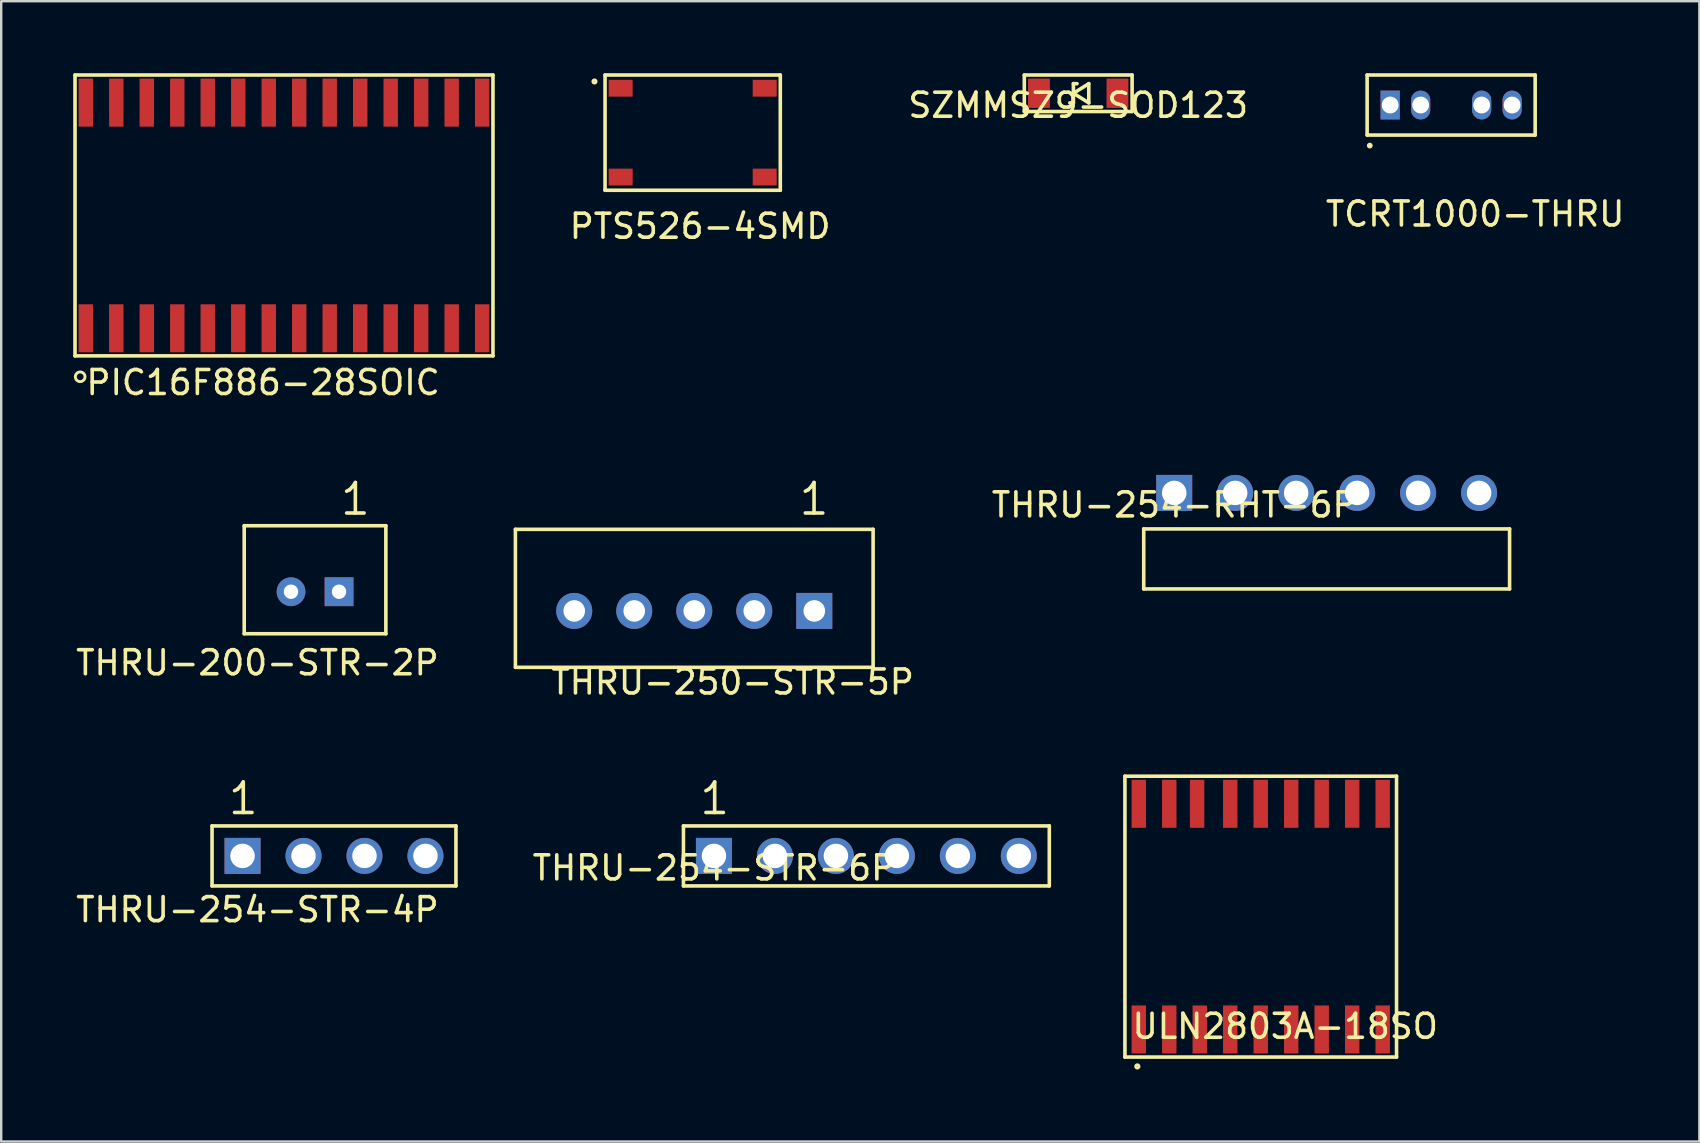
<source format=kicad_pcb>
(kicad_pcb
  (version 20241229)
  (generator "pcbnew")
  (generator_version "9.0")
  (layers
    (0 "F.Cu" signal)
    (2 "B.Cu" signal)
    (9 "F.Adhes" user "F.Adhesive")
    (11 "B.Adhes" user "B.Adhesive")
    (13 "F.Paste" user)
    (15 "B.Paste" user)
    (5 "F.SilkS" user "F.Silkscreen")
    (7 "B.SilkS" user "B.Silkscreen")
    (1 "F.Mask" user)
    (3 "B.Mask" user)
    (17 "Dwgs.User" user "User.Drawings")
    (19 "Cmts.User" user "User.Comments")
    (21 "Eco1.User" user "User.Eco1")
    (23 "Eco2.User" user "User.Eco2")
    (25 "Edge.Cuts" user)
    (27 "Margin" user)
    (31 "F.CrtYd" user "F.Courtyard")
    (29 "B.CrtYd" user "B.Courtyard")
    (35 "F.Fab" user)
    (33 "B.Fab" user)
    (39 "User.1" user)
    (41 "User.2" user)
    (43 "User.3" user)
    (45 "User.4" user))
  (footprint "THRU-254-STR-6P"
    (layer "F.Cu")
    (at 26.69 32.604)
    (property "Reference" "THRU-254-STR-6P" (at 0 0.5 0) (layer "F.SilkS") (effects (font (size 1 1) (thickness 0.15))))
    (attr through_hole)
    (fp_line (start -1.27 -1.25) (end -1.27 1.25) (stroke (width 0.15) (type solid)) (layer "F.SilkS"))
    (fp_line (start -1.27 -1.25) (end 13.97 -1.25) (stroke (width 0.15) (type solid)) (layer "F.SilkS"))
    (fp_line (start -1.27 1.25) (end 13.97 1.25) (stroke (width 0.15) (type solid)) (layer "F.SilkS"))
    (fp_line (start 13.97 -1.25) (end 13.97 1.25) (stroke (width 0.15) (type solid)) (layer "F.SilkS"))
    (fp_text user "1" (at 0.03 -2.39 0) (layer "F.SilkS") (effects (font (size 1.27 1.27) (thickness 0.15))))
    (fp_text user "1" (at 0 0 0) (layer "F.SilkS") (effects (font (size 0.8 0.15) (thickness 0.037))))
    (pad "1" thru_hole rect (at 0 0) (size 1.5 1.5) (drill 1.02) (layers "*.Cu" "*.Mask"))
    (pad "2" thru_hole circle (at 2.54 0) (size 1.5 1.5) (drill 1.02) (layers "*.Cu" "*.Mask"))
    (pad "3" thru_hole circle (at 5.08 0) (size 1.5 1.5) (drill 1.02) (layers "*.Cu" "*.Mask"))
    (pad "4" thru_hole circle (at 7.62 0) (size 1.5 1.5) (drill 1.02) (layers "*.Cu" "*.Mask"))
    (pad "5" thru_hole circle (at 10.16 0) (size 1.5 1.5) (drill 1.02) (layers "*.Cu" "*.Mask"))
    (pad "6" thru_hole circle (at 12.7 0) (size 1.5 1.5) (drill 1.02) (layers "*.Cu" "*.Mask")))
  (footprint "TCRT1000-THRU"
    (layer "F.Cu")
    (at 57.399 1.325)
    (property "Reference" "TCRT1000-THRU" (at 1 4.54 0) (layer "F.SilkS") (effects (font (size 1 1) (thickness 0.15))))
    (attr through_hole)
    (fp_line (start -3.5 -1.25) (end -3.5 1.25) (stroke (width 0.15) (type solid)) (layer "F.SilkS"))
    (fp_line (start -3.5 -1.25) (end 3.5 -1.25) (stroke (width 0.15) (type solid)) (layer "F.SilkS"))
    (fp_line (start -3.5 1.25) (end 3.5 1.25) (stroke (width 0.15) (type solid)) (layer "F.SilkS"))
    (fp_line (start 3.5 -1.25) (end 3.5 1.25) (stroke (width 0.15) (type solid)) (layer "F.SilkS"))
    (fp_circle (center -3.39 1.69) (end -3.38 1.75) (stroke (width 0.12) (type solid)) (fill no) (layer "F.SilkS"))
    (pad "1" thru_hole rect (at -2.54 0) (size 0.8 1.2) (drill 0.7) (layers "*.Cu" "*.Mask"))
    (pad "2" thru_hole oval (at -1.27 0) (size 0.8 1.2) (drill 0.7) (layers "*.Cu" "*.Mask"))
    (pad "3" thru_hole oval (at 1.27 0) (size 0.8 1.2) (drill 0.7) (layers "*.Cu" "*.Mask"))
    (pad "4" thru_hole oval (at 2.54 0) (size 0.8 1.2) (drill 0.7) (layers "*.Cu" "*.Mask")))
  (footprint "PTS526-4SMD"
    (layer "F.Cu")
    (at 25.804 2.475)
    (property "Reference" "PTS526-4SMD" (at 0.31 3.9 0) (layer "F.SilkS") (effects (font (size 1 1) (thickness 0.15))))
    (attr through_hole)
    (fp_line (start -3.65 -2.4) (end -3.65 2.4) (stroke (width 0.15) (type solid)) (layer "F.SilkS"))
    (fp_line (start -3.65 -2.4) (end 3.65 -2.4) (stroke (width 0.15) (type solid)) (layer "F.SilkS"))
    (fp_line (start -3.65 2.4) (end 3.65 2.4) (stroke (width 0.15) (type solid)) (layer "F.SilkS"))
    (fp_line (start 3.65 -2.4) (end 3.65 2.4) (stroke (width 0.15) (type solid)) (layer "F.SilkS"))
    (fp_circle (center -4.09 -2.13) (end -4.06 -2.07) (stroke (width 0.12) (type solid)) (fill no) (layer "F.SilkS"))
    (pad "1" smd rect (at -3 -1.85) (size 1 0.7) (layers "F.Cu" "F.Mask" "F.Paste"))
    (pad "2" smd rect (at 3 -1.85) (size 1 0.7) (layers "F.Cu" "F.Mask" "F.Paste"))
    (pad "3" smd rect (at -3 1.85) (size 1 0.7) (layers "F.Cu" "F.Mask" "F.Paste"))
    (pad "4" smd rect (at 3 1.85) (size 1 0.7) (layers "F.Cu" "F.Mask" "F.Paste")))
  (footprint "THRU-254-STR-4P"
    (layer "F.Cu")
    (at 7.053 32.604)
    (property "Reference" "THRU-254-STR-4P" (at 0.62 2.24 0) (layer "F.SilkS") (effects (font (size 1 1) (thickness 0.15))))
    (attr through_hole)
    (fp_line (start -1.27 -1.25) (end -1.27 1.25) (stroke (width 0.15) (type solid)) (layer "F.SilkS"))
    (fp_line (start -1.27 -1.25) (end 8.89 -1.25) (stroke (width 0.15) (type solid)) (layer "F.SilkS"))
    (fp_line (start -1.27 1.25) (end 8.89 1.25) (stroke (width 0.15) (type solid)) (layer "F.SilkS"))
    (fp_line (start 8.89 -1.25) (end 8.89 1.25) (stroke (width 0.15) (type solid)) (layer "F.SilkS"))
    (fp_text user "1" (at 0 0 0) (layer "F.SilkS") (effects (font (size 0.8 0.15) (thickness 0.037))))
    (fp_text user "1" (at 0.03 -2.39 0) (layer "F.SilkS") (effects (font (size 1.27 1.27) (thickness 0.15))))
    (pad "1" thru_hole rect (at 0 0) (size 1.5 1.5) (drill 1.02) (layers "*.Cu" "*.Mask"))
    (pad "2" thru_hole circle (at 2.54 0) (size 1.5 1.5) (drill 1.02) (layers "*.Cu" "*.Mask"))
    (pad "3" thru_hole circle (at 5.08 0) (size 1.5 1.5) (drill 1.02) (layers "*.Cu" "*.Mask"))
    (pad "4" thru_hole circle (at 7.62 0) (size 1.5 1.5) (drill 1.02) (layers "*.Cu" "*.Mask")))
  (footprint "THRU-254-RHT-6P"
    (layer "F.Cu")
    (at 45.863 17.483)
    (property "Reference" "THRU-254-RHT-6P" (at 0 0.5 0) (layer "F.SilkS") (effects (font (size 1 1) (thickness 0.15))))
    (attr through_hole)
    (fp_line (start -1.27 1.5) (end -1.27 4) (stroke (width 0.15) (type solid)) (layer "F.SilkS"))
    (fp_line (start -1.27 1.5) (end 13.97 1.5) (stroke (width 0.15) (type solid)) (layer "F.SilkS"))
    (fp_line (start -1.27 4) (end 13.97 4) (stroke (width 0.15) (type solid)) (layer "F.SilkS"))
    (fp_line (start 13.97 1.5) (end 13.97 4) (stroke (width 0.15) (type solid)) (layer "F.SilkS"))
    (pad "1" thru_hole rect (at 0 0) (size 1.5 1.5) (drill 1.02) (layers "*.Cu" "*.Mask"))
    (pad "2" thru_hole circle (at 2.54 0) (size 1.5 1.5) (drill 1.02) (layers "*.Cu" "*.Mask"))
    (pad "3" thru_hole circle (at 5.08 0) (size 1.5 1.5) (drill 1.02) (layers "*.Cu" "*.Mask"))
    (pad "4" thru_hole circle (at 7.62 0) (size 1.5 1.5) (drill 1.02) (layers "*.Cu" "*.Mask"))
    (pad "5" thru_hole circle (at 10.16 0) (size 1.5 1.5) (drill 1.02) (layers "*.Cu" "*.Mask"))
    (pad "6" thru_hole circle (at 12.7 0) (size 1.5 1.5) (drill 1.02) (layers "*.Cu" "*.Mask")))
  (footprint "PIC16F886-28SOIC"
    (layer "F.Cu")
    (at 8.78 5.925)
    (property "Reference" "PIC16F886-28SOIC" (at -0.87 6.96 0) (layer "F.SilkS") (effects (font (size 1 1) (thickness 0.15))))
    (attr through_hole)
    (fp_line (start -8.705 -5.85) (end 8.705 -5.85) (stroke (width 0.15) (type solid)) (layer "F.SilkS"))
    (fp_line (start -8.705 5.85) (end -8.705 -5.85) (stroke (width 0.15) (type solid)) (layer "F.SilkS"))
    (fp_line (start -8.705 5.85) (end 8.705 5.85) (stroke (width 0.15) (type solid)) (layer "F.SilkS"))
    (fp_line (start 8.705 -5.85) (end 8.705 5.85) (stroke (width 0.15) (type solid)) (layer "F.SilkS"))
    (fp_circle (center -8.49 6.72) (end -8.29 6.74) (stroke (width 0.12) (type solid)) (fill no) (layer "F.SilkS"))
    (pad "1" smd rect (at -8.255 4.7) (size 0.6 2) (layers "F.Cu" "F.Mask" "F.Paste"))
    (pad "2" smd rect (at -6.985 4.7) (size 0.6 2) (layers "F.Cu" "F.Mask" "F.Paste"))
    (pad "3" smd rect (at -5.715 4.7) (size 0.6 2) (layers "F.Cu" "F.Mask" "F.Paste"))
    (pad "4" smd rect (at -4.445 4.7) (size 0.6 2) (layers "F.Cu" "F.Mask" "F.Paste"))
    (pad "5" smd rect (at -3.175 4.7) (size 0.6 2) (layers "F.Cu" "F.Mask" "F.Paste"))
    (pad "6" smd rect (at -1.905 4.7) (size 0.6 2) (layers "F.Cu" "F.Mask" "F.Paste"))
    (pad "7" smd rect (at -0.635 4.7) (size 0.6 2) (layers "F.Cu" "F.Mask" "F.Paste"))
    (pad "8" smd rect (at 0.635 4.7) (size 0.6 2) (layers "F.Cu" "F.Mask" "F.Paste"))
    (pad "9" smd rect (at 1.905 4.7) (size 0.6 2) (layers "F.Cu" "F.Mask" "F.Paste"))
    (pad "10" smd rect (at 3.175 4.7) (size 0.6 2) (layers "F.Cu" "F.Mask" "F.Paste"))
    (pad "11" smd rect (at 4.445 4.7) (size 0.6 2) (layers "F.Cu" "F.Mask" "F.Paste"))
    (pad "12" smd rect (at 5.715 4.7) (size 0.6 2) (layers "F.Cu" "F.Mask" "F.Paste"))
    (pad "13" smd rect (at 6.985 4.7) (size 0.6 2) (layers "F.Cu" "F.Mask" "F.Paste"))
    (pad "14" smd rect (at 8.255 4.7) (size 0.6 2) (layers "F.Cu" "F.Mask" "F.Paste"))
    (pad "15" smd rect (at 8.255 -4.7) (size 0.6 2) (layers "F.Cu" "F.Mask" "F.Paste"))
    (pad "16" smd rect (at 6.985 -4.7) (size 0.6 2) (layers "F.Cu" "F.Mask" "F.Paste"))
    (pad "17" smd rect (at 5.715 -4.7) (size 0.6 2) (layers "F.Cu" "F.Mask" "F.Paste"))
    (pad "18" smd rect (at 4.445 -4.7) (size 0.6 2) (layers "F.Cu" "F.Mask" "F.Paste"))
    (pad "19" smd rect (at 3.175 -4.7) (size 0.6 2) (layers "F.Cu" "F.Mask" "F.Paste"))
    (pad "20" smd rect (at 1.905 -4.7) (size 0.6 2) (layers "F.Cu" "F.Mask" "F.Paste"))
    (pad "21" smd rect (at 0.635 -4.7) (size 0.6 2) (layers "F.Cu" "F.Mask" "F.Paste"))
    (pad "22" smd rect (at -0.635 -4.7) (size 0.6 2) (layers "F.Cu" "F.Mask" "F.Paste"))
    (pad "23" smd rect (at -1.905 -4.7) (size 0.6 2) (layers "F.Cu" "F.Mask" "F.Paste"))
    (pad "24" smd rect (at -3.175 -4.7) (size 0.6 2) (layers "F.Cu" "F.Mask" "F.Paste"))
    (pad "25" smd rect (at -4.445 -4.7) (size 0.6 2) (layers "F.Cu" "F.Mask" "F.Paste"))
    (pad "26" smd rect (at -5.715 -4.7) (size 0.6 2) (layers "F.Cu" "F.Mask" "F.Paste"))
    (pad "27" smd rect (at -6.985 -4.7) (size 0.6 2) (layers "F.Cu" "F.Mask" "F.Paste"))
    (pad "28" smd rect (at -8.255 -4.7) (size 0.6 2) (layers "F.Cu" "F.Mask" "F.Paste")))
  (footprint "THRU-200-STR-2P"
    (layer "F.Cu")
    (at 11.073 21.599)
    (property "Reference" "THRU-200-STR-2P" (at -3.4 2.96 0) (layer "F.SilkS") (effects (font (size 1 1) (thickness 0.15))))
    (attr through_hole)
    (fp_line (start -3.95 -2.75) (end -3.95 1.75) (stroke (width 0.15) (type solid)) (layer "F.SilkS"))
    (fp_line (start -3.95 -2.75) (end 1.95 -2.75) (stroke (width 0.15) (type solid)) (layer "F.SilkS"))
    (fp_line (start -3.95 1.75) (end 1.95 1.75) (stroke (width 0.15) (type solid)) (layer "F.SilkS"))
    (fp_line (start 1.95 -2.75) (end 1.95 1.75) (stroke (width 0.15) (type solid)) (layer "F.SilkS"))
    (fp_text user "1" (at 0.68 -3.86 0) (layer "F.SilkS") (effects (font (size 1.27 1.27) (thickness 0.15))))
    (pad "1" thru_hole rect (at 0 0) (size 1.2 1.2) (drill 0.6) (layers "*.Cu" "*.Mask"))
    (pad "2" thru_hole circle (at -2 0) (size 1.2 1.2) (drill 0.6) (layers "*.Cu" "*.Mask")))
  (footprint "THRU-250-STR-5P"
    (layer "F.Cu")
    (at 30.87 22.399)
    (property "Reference" "THRU-250-STR-5P" (at -3.4 2.96 0) (layer "F.SilkS") (effects (font (size 1 1) (thickness 0.15))))
    (attr through_hole)
    (fp_line (start -12.45 -3.4) (end -12.45 2.35) (stroke (width 0.15) (type solid)) (layer "F.SilkS"))
    (fp_line (start -12.45 -3.4) (end 2.45 -3.4) (stroke (width 0.15) (type solid)) (layer "F.SilkS"))
    (fp_line (start -12.45 2.35) (end 2.45 2.35) (stroke (width 0.15) (type solid)) (layer "F.SilkS"))
    (fp_line (start 2.45 -3.4) (end 2.45 2.35) (stroke (width 0.15) (type solid)) (layer "F.SilkS"))
    (fp_text user "1" (at -0.01 -4.66 0) (layer "F.SilkS") (effects (font (size 1.27 1.27) (thickness 0.15))))
    (pad "1" thru_hole rect (at 0 0) (size 1.5 1.5) (drill 0.9) (layers "*.Cu" "*.Mask"))
    (pad "2" thru_hole circle (at -2.5 0) (size 1.5 1.5) (drill 0.9) (layers "*.Cu" "*.Mask"))
    (pad "3" thru_hole circle (at -5 0) (size 1.5 1.5) (drill 0.9) (layers "*.Cu" "*.Mask"))
    (pad "4" thru_hole circle (at -7.5 0) (size 1.5 1.5) (drill 0.9) (layers "*.Cu" "*.Mask"))
    (pad "5" thru_hole circle (at -10 0) (size 1.5 1.5) (drill 0.9) (layers "*.Cu" "*.Mask")))
  (footprint "ULN2803A-18SO"
    (layer "F.Cu")
    (at 49.467 35.133)
    (property "Reference" "ULN2803A-18SO" (at 1.02 4.57 0) (layer "F.SilkS") (effects (font (size 1 1) (thickness 0.15))))
    (attr through_hole)
    (fp_line (start -5.657 -5.85) (end -5.657 5.85) (stroke (width 0.15) (type solid)) (layer "F.SilkS"))
    (fp_line (start -5.657 -5.85) (end 5.657 -5.85) (stroke (width 0.15) (type solid)) (layer "F.SilkS"))
    (fp_line (start -5.657 5.85) (end 5.657 5.85) (stroke (width 0.15) (type solid)) (layer "F.SilkS"))
    (fp_line (start 5.657 -5.85) (end 5.657 5.85) (stroke (width 0.15) (type solid)) (layer "F.SilkS"))
    (fp_circle (center -5.14 6.24) (end -5.07 6.24) (stroke (width 0.12) (type solid)) (fill no) (layer "F.SilkS"))
    (pad "1" smd rect (at -5.08 4.7) (size 0.6 2) (layers "F.Cu" "F.Mask" "F.Paste"))
    (pad "2" smd rect (at -3.81 4.7) (size 0.6 2) (layers "F.Cu" "F.Mask" "F.Paste"))
    (pad "3" smd rect (at -2.54 4.7) (size 0.6 2) (layers "F.Cu" "F.Mask" "F.Paste"))
    (pad "4" smd rect (at -1.27 4.7) (size 0.6 2) (layers "F.Cu" "F.Mask" "F.Paste"))
    (pad "5" smd rect (at 0 4.7) (size 0.6 2) (layers "F.Cu" "F.Mask" "F.Paste"))
    (pad "6" smd rect (at 1.27 4.7) (size 0.6 2) (layers "F.Cu" "F.Mask" "F.Paste"))
    (pad "7" smd rect (at 2.54 4.7) (size 0.6 2) (layers "F.Cu" "F.Mask" "F.Paste"))
    (pad "8" smd rect (at 3.81 4.7) (size 0.6 2) (layers "F.Cu" "F.Mask" "F.Paste"))
    (pad "9" smd rect (at 5.08 4.7) (size 0.6 2) (layers "F.Cu" "F.Mask" "F.Paste"))
    (pad "10" smd rect (at 5.08 -4.7) (size 0.6 2) (layers "F.Cu" "F.Mask" "F.Paste"))
    (pad "11" smd rect (at 3.81 -4.7) (size 0.6 2) (layers "F.Cu" "F.Mask" "F.Paste"))
    (pad "12" smd rect (at 2.54 -4.7) (size 0.6 2) (layers "F.Cu" "F.Mask" "F.Paste"))
    (pad "13" smd rect (at 1.27 -4.7) (size 0.6 2) (layers "F.Cu" "F.Mask" "F.Paste"))
    (pad "14" smd rect (at 0 -4.7) (size 0.6 2) (layers "F.Cu" "F.Mask" "F.Paste"))
    (pad "15" smd rect (at -1.27 -4.7) (size 0.6 2) (layers "F.Cu" "F.Mask" "F.Paste"))
    (pad "16" smd rect (at -2.65 -4.7) (size 0.6 2) (layers "F.Cu" "F.Mask" "F.Paste"))
    (pad "17" smd rect (at -3.81 -4.7) (size 0.6 2) (layers "F.Cu" "F.Mask" "F.Paste"))
    (pad "18" smd rect (at -5.08 -4.7) (size 0.6 2) (layers "F.Cu" "F.Mask" "F.Paste")))
  (footprint "SZMMSZ9-SOD123"
    (layer "F.Cu")
    (at 41.864 0.835)
    (property "Reference" "SZMMSZ9-SOD123" (at 0 0.5 0) (layer "F.SilkS") (effects (font (size 1 1) (thickness 0.15))))
    (attr through_hole)
    (fp_line (start -2.245 -0.76) (end 2.245 -0.76) (stroke (width 0.15) (type solid)) (layer "F.SilkS"))
    (fp_line (start -2.245 0.76) (end -2.245 -0.76) (stroke (width 0.15) (type solid)) (layer "F.SilkS"))
    (fp_line (start -2.245 0.76) (end 2.245 0.76) (stroke (width 0.15) (type solid)) (layer "F.SilkS"))
    (fp_line (start -0.2 -0.4) (end -0.2 0.4) (stroke (width 0.15) (type solid)) (layer "F.SilkS"))
    (fp_line (start -0.2 -0.4) (end -0.05 -0.4) (stroke (width 0.15) (type solid)) (layer "F.SilkS"))
    (fp_line (start -0.2 0.4) (end -0.35 0.4) (stroke (width 0.15) (type solid)) (layer "F.SilkS"))
    (fp_line (start 0.44 -0.4) (end -0.2 0) (stroke (width 0.15) (type solid)) (layer "F.SilkS"))
    (fp_line (start 0.44 0.4) (end -0.2 0) (stroke (width 0.15) (type solid)) (layer "F.SilkS"))
    (fp_line (start 0.44 0.4) (end 0.44 -0.4) (stroke (width 0.15) (type solid)) (layer "F.SilkS"))
    (fp_line (start 2.245 -0.76) (end 2.245 0.76) (stroke (width 0.15) (type solid)) (layer "F.SilkS"))
    (pad "1" smd rect (at -1.635 0) (size 0.91 1.22) (layers "F.Cu" "F.Mask" "F.Paste"))
    (pad "2" smd rect (at 1.635 0) (size 0.91 1.22) (layers "F.Cu" "F.Mask" "F.Paste")))
  (gr_rect
    (start -3 -3)
    (end 67.739 44.503)
    (stroke (width 0.1) (type default))
    (fill no)
    (layer "Edge.Cuts")))
</source>
